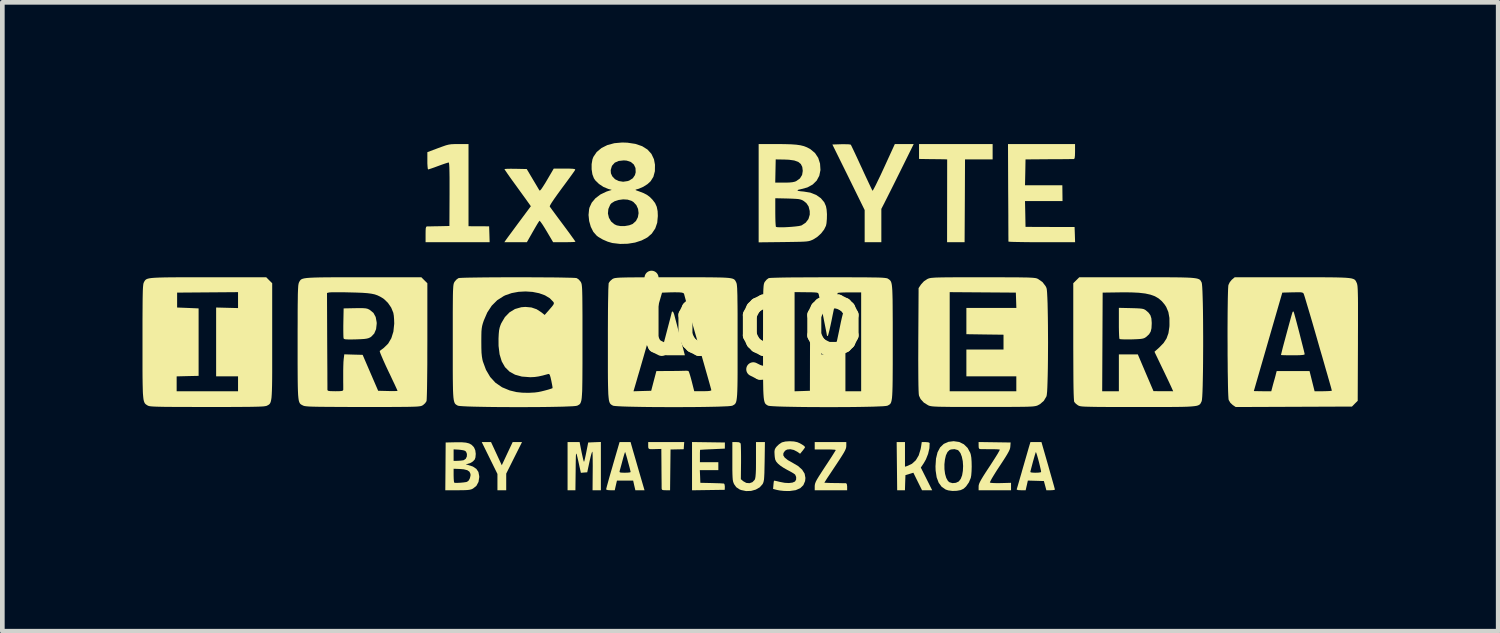
<source format=kicad_pcb>
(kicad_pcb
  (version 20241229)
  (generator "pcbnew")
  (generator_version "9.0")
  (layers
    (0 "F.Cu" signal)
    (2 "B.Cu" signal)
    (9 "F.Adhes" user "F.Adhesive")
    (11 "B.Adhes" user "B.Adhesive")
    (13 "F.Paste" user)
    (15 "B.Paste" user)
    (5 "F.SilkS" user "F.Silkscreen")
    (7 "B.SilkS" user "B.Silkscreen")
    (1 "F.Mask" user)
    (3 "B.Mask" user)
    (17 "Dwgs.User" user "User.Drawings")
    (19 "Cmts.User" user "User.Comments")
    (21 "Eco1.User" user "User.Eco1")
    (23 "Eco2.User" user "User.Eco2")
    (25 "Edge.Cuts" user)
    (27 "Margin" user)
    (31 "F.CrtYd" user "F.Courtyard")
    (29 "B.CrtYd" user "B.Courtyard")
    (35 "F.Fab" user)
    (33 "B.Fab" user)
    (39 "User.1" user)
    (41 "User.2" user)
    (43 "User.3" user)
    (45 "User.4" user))
  (footprint "logo"
    (layer "F.Cu")
    (at 13 3.729)
    (property "Reference" "logo" (at 0 0 0) (layer "F.SilkS") (effects (font (size 1.524 1.524) (thickness 0.3))))
    (attr board_only exclude_from_pos_files exclude_from_bom)
    (fp_poly (pts (xy -5.425 2.931) (xy -5.31 3.179) (xy -5.194 2.931) (xy -5.077 2.683) (xy -4.877 2.683) (xy -5.046 3.02) (xy -5.215 3.358) (xy -5.215 3.714) (xy -5.403 3.714) (xy -5.403 3.365) (xy -5.571 3.024) (xy -5.739 2.683) (xy -5.54 2.683)) (stroke (width 0) (type solid)) (fill yes) (layer "F.SilkS"))
    (fp_poly (pts (xy 5.196 -3.531) (xy 5.196 -3.367) (xy 4.605 -3.367) (xy 4.601 -2.481) (xy 4.596 -1.595) (xy 4.221 -1.595) (xy 4.222 -2.481) (xy 4.223 -3.367) (xy 4.18 -3.369) (xy 4.146 -3.37) (xy 4.082 -3.371) (xy 3.998 -3.372) (xy 3.901 -3.373) (xy 3.878 -3.373) (xy 3.621 -3.377) (xy 3.621 -3.696) (xy 5.196 -3.696)) (stroke (width 0) (type solid)) (fill yes) (layer "F.SilkS"))
    (fp_poly (pts (xy -1.411 2.759) (xy -1.416 2.836) (xy -1.698 2.842) (xy -1.703 3.278) (xy -1.708 3.714) (xy -1.798 3.714) (xy -1.852 3.712) (xy -1.879 3.704) (xy -1.888 3.683) (xy -1.888 3.672) (xy -1.889 3.641) (xy -1.889 3.579) (xy -1.89 3.492) (xy -1.891 3.386) (xy -1.892 3.267) (xy -1.892 3.23) (xy -1.895 2.83) (xy -2.012 2.833) (xy -2.091 2.835) (xy -2.139 2.834) (xy -2.164 2.824) (xy -2.174 2.804) (xy -2.176 2.77) (xy -2.176 2.758) (xy -2.176 2.683) (xy -1.405 2.683)) (stroke (width 0) (type solid)) (fill yes) (layer "F.SilkS"))
    (fp_poly (pts (xy -1.639 -0.096) (xy -1.622 -0.055) (xy -1.616 -0.033) (xy -1.605 0.009) (xy -1.586 0.081) (xy -1.561 0.175) (xy -1.533 0.285) (xy -1.501 0.405) (xy -1.493 0.436) (xy -1.391 0.825) (xy -1.654 0.825) (xy -1.762 0.825) (xy -1.837 0.822) (xy -1.883 0.818) (xy -1.905 0.811) (xy -1.908 0.801) (xy -1.901 0.777) (xy -1.886 0.724) (xy -1.866 0.647) (xy -1.84 0.552) (xy -1.812 0.447) (xy -1.783 0.336) (xy -1.754 0.225) (xy -1.727 0.122) (xy -1.703 0.031) (xy -1.685 -0.041) (xy -1.673 -0.088) (xy -1.67 -0.104) (xy -1.655 -0.112) (xy -1.653 -0.113)) (stroke (width 0) (type solid)) (fill yes) (layer "F.SilkS"))
    (fp_poly (pts (xy -8.276 -0.183) (xy -8.225 -0.179) (xy -8.187 -0.171) (xy -8.155 -0.157) (xy -8.134 -0.145) (xy -8.057 -0.082) (xy -8.009 0.006) (xy -7.988 0.119) (xy -7.987 0.148) (xy -8 0.265) (xy -8.04 0.36) (xy -8.106 0.429) (xy -8.125 0.441) (xy -8.158 0.457) (xy -8.198 0.468) (xy -8.254 0.476) (xy -8.332 0.481) (xy -8.437 0.485) (xy -8.541 0.487) (xy -8.613 0.486) (xy -8.659 0.483) (xy -8.684 0.476) (xy -8.695 0.465) (xy -8.696 0.464) (xy -8.699 0.436) (xy -8.701 0.379) (xy -8.702 0.297) (xy -8.702 0.199) (xy -8.701 0.129) (xy -8.695 -0.178) (xy -8.451 -0.183) (xy -8.349 -0.184)) (stroke (width 0) (type solid)) (fill yes) (layer "F.SilkS"))
    (fp_poly (pts (xy -0.886 2.687) (xy -0.535 2.692) (xy -0.535 2.758) (xy -0.536 2.823) (xy -0.798 2.835) (xy -0.893 2.839) (xy -0.973 2.843) (xy -1.032 2.847) (xy -1.062 2.849) (xy -1.065 2.849) (xy -1.067 2.867) (xy -1.069 2.914) (xy -1.069 2.978) (xy -1.069 2.983) (xy -1.069 3.114) (xy -0.675 3.114) (xy -0.675 3.283) (xy -1.071 3.283) (xy -1.065 3.419) (xy -1.06 3.555) (xy -0.816 3.56) (xy -0.723 3.563) (xy -0.644 3.565) (xy -0.585 3.569) (xy -0.555 3.571) (xy -0.553 3.572) (xy -0.541 3.593) (xy -0.536 3.636) (xy -0.536 3.642) (xy -0.538 3.705) (xy -0.888 3.71) (xy -1.238 3.715) (xy -1.238 2.682)) (stroke (width 0) (type solid)) (fill yes) (layer "F.SilkS"))
    (fp_poly (pts (xy 3.32 2.683) (xy 3.32 3.21) (xy 3.363 3.197) (xy 3.469 3.148) (xy 3.552 3.072) (xy 3.614 2.968) (xy 3.655 2.833) (xy 3.666 2.772) (xy 3.679 2.683) (xy 3.762 2.683) (xy 3.82 2.688) (xy 3.847 2.702) (xy 3.848 2.706) (xy 3.843 2.814) (xy 3.815 2.935) (xy 3.768 3.054) (xy 3.72 3.138) (xy 3.659 3.229) (xy 3.781 3.472) (xy 3.902 3.714) (xy 3.685 3.714) (xy 3.592 3.527) (xy 3.555 3.452) (xy 3.525 3.391) (xy 3.506 3.352) (xy 3.499 3.339) (xy 3.483 3.344) (xy 3.441 3.357) (xy 3.414 3.365) (xy 3.33 3.39) (xy 3.324 3.552) (xy 3.319 3.714) (xy 3.153 3.714) (xy 3.142 2.683)) (stroke (width 0) (type solid)) (fill yes) (layer "F.SilkS"))
    (fp_poly (pts (xy 8.159 -0.184) (xy 8.266 -0.181) (xy 8.342 -0.177) (xy 8.395 -0.171) (xy 8.432 -0.162) (xy 8.459 -0.148) (xy 8.472 -0.14) (xy 8.534 -0.086) (xy 8.573 -0.031) (xy 8.594 0.036) (xy 8.601 0.126) (xy 8.601 0.15) (xy 8.596 0.247) (xy 8.579 0.318) (xy 8.545 0.375) (xy 8.488 0.428) (xy 8.472 0.44) (xy 8.446 0.456) (xy 8.414 0.467) (xy 8.368 0.475) (xy 8.301 0.48) (xy 8.206 0.484) (xy 8.173 0.485) (xy 8.08 0.486) (xy 8.001 0.485) (xy 7.943 0.482) (xy 7.913 0.478) (xy 7.912 0.477) (xy 7.907 0.454) (xy 7.903 0.401) (xy 7.9 0.322) (xy 7.898 0.225) (xy 7.898 0.136) (xy 7.898 -0.19)) (stroke (width 0) (type solid)) (fill yes) (layer "F.SilkS"))
    (fp_poly (pts (xy 11.637 -0.111) (xy 11.644 -0.091) (xy 11.659 -0.04) (xy 11.679 0.034) (xy 11.704 0.127) (xy 11.732 0.233) (xy 11.761 0.344) (xy 11.789 0.455) (xy 11.816 0.561) (xy 11.84 0.655) (xy 11.859 0.73) (xy 11.871 0.782) (xy 11.875 0.803) (xy 11.863 0.813) (xy 11.826 0.819) (xy 11.76 0.824) (xy 11.661 0.825) (xy 11.621 0.825) (xy 11.529 0.825) (xy 11.451 0.824) (xy 11.396 0.822) (xy 11.369 0.82) (xy 11.368 0.819) (xy 11.373 0.796) (xy 11.386 0.743) (xy 11.405 0.666) (xy 11.43 0.572) (xy 11.459 0.465) (xy 11.489 0.353) (xy 11.519 0.242) (xy 11.548 0.136) (xy 11.574 0.042) (xy 11.595 -0.033) (xy 11.611 -0.085) (xy 11.618 -0.106) (xy 11.618 -0.106) (xy 11.636 -0.112)) (stroke (width 0) (type solid)) (fill yes) (layer "F.SilkS"))
    (fp_poly (pts (xy 3.226 -3.128) (xy 3.156 -2.987) (xy 3.088 -2.85) (xy 3.025 -2.724) (xy 2.969 -2.613) (xy 2.924 -2.523) (xy 2.891 -2.458) (xy 2.879 -2.434) (xy 2.814 -2.308) (xy 2.814 -1.595) (xy 2.457 -1.595) (xy 2.457 -2.283) (xy 2.112 -2.985) (xy 1.766 -3.686) (xy 1.956 -3.692) (xy 2.037 -3.692) (xy 2.103 -3.691) (xy 2.147 -3.686) (xy 2.159 -3.682) (xy 2.171 -3.662) (xy 2.195 -3.612) (xy 2.231 -3.537) (xy 2.276 -3.441) (xy 2.328 -3.329) (xy 2.385 -3.205) (xy 2.393 -3.189) (xy 2.45 -3.064) (xy 2.503 -2.951) (xy 2.549 -2.853) (xy 2.586 -2.775) (xy 2.612 -2.721) (xy 2.624 -2.697) (xy 2.625 -2.696) (xy 2.636 -2.709) (xy 2.66 -2.752) (xy 2.696 -2.821) (xy 2.74 -2.912) (xy 2.793 -3.021) (xy 2.85 -3.144) (xy 2.871 -3.189) (xy 3.103 -3.696) (xy 3.507 -3.696)) (stroke (width 0) (type solid)) (fill yes) (layer "F.SilkS"))
    (fp_poly (pts (xy -3.189 3.714) (xy -3.278 3.714) (xy -3.367 3.714) (xy -3.364 3.316) (xy -3.363 3.196) (xy -3.364 3.088) (xy -3.365 2.997) (xy -3.367 2.931) (xy -3.37 2.893) (xy -3.371 2.889) (xy -3.378 2.895) (xy -3.391 2.933) (xy -3.408 2.995) (xy -3.427 3.077) (xy -3.431 3.095) (xy -3.481 3.33) (xy -3.549 3.335) (xy -3.617 3.341) (xy -3.645 3.214) (xy -3.671 3.095) (xy -3.691 3.008) (xy -3.705 2.952) (xy -3.715 2.928) (xy -3.721 2.939) (xy -3.724 2.983) (xy -3.726 3.062) (xy -3.728 3.178) (xy -3.729 3.288) (xy -3.734 3.714) (xy -3.902 3.714) (xy -3.902 2.683) (xy -3.644 2.683) (xy -3.602 2.899) (xy -3.584 2.982) (xy -3.569 3.049) (xy -3.557 3.092) (xy -3.55 3.106) (xy -3.542 3.085) (xy -3.53 3.034) (xy -3.514 2.963) (xy -3.5 2.894) (xy -3.46 2.692) (xy -3.324 2.686) (xy -3.189 2.681)) (stroke (width 0) (type solid)) (fill yes) (layer "F.SilkS"))
    (fp_poly (pts (xy 6.242 -3.696) (xy 6.96 -3.696) (xy 6.96 -3.536) (xy 6.958 -3.451) (xy 6.952 -3.399) (xy 6.941 -3.377) (xy 6.936 -3.375) (xy 6.912 -3.375) (xy 6.855 -3.374) (xy 6.771 -3.373) (xy 6.665 -3.372) (xy 6.542 -3.371) (xy 6.407 -3.371) (xy 6.406 -3.371) (xy 5.9 -3.367) (xy 5.895 -3.091) (xy 5.889 -2.814) (xy 6.688 -2.814) (xy 6.692 -2.476) (xy 5.889 -2.476) (xy 5.895 -2.2) (xy 5.9 -1.923) (xy 6.425 -1.921) (xy 6.95 -1.92) (xy 6.956 -1.757) (xy 6.961 -1.595) (xy 6.248 -1.595) (xy 6.088 -1.595) (xy 5.941 -1.596) (xy 5.811 -1.598) (xy 5.701 -1.6) (xy 5.615 -1.602) (xy 5.558 -1.605) (xy 5.535 -1.608) (xy 5.534 -1.609) (xy 5.534 -1.629) (xy 5.534 -1.684) (xy 5.533 -1.77) (xy 5.533 -1.883) (xy 5.532 -2.019) (xy 5.532 -2.176) (xy 5.531 -2.35) (xy 5.53 -2.537) (xy 5.529 -2.659) (xy 5.525 -3.696)) (stroke (width 0) (type solid)) (fill yes) (layer "F.SilkS"))
    (fp_poly (pts (xy -6.022 -1.937) (xy -5.801 -1.936) (xy -5.581 -1.935) (xy -5.575 -1.765) (xy -5.57 -1.595) (xy -6.941 -1.595) (xy -6.941 -1.763) (xy -6.94 -1.844) (xy -6.937 -1.895) (xy -6.929 -1.921) (xy -6.917 -1.932) (xy -6.908 -1.933) (xy -6.877 -1.933) (xy -6.817 -1.934) (xy -6.738 -1.936) (xy -6.653 -1.937) (xy -6.431 -1.942) (xy -6.428 -2.622) (xy -6.428 -2.816) (xy -6.428 -2.975) (xy -6.43 -3.1) (xy -6.432 -3.194) (xy -6.436 -3.257) (xy -6.441 -3.292) (xy -6.446 -3.302) (xy -6.471 -3.295) (xy -6.523 -3.279) (xy -6.595 -3.254) (xy -6.669 -3.227) (xy -6.75 -3.197) (xy -6.819 -3.173) (xy -6.868 -3.157) (xy -6.887 -3.152) (xy -6.894 -3.169) (xy -6.899 -3.216) (xy -6.903 -3.284) (xy -6.903 -3.337) (xy -6.903 -3.522) (xy -6.672 -3.609) (xy -6.576 -3.644) (xy -6.504 -3.669) (xy -6.445 -3.684) (xy -6.388 -3.692) (xy -6.321 -3.695) (xy -6.234 -3.696) (xy -6.022 -3.696)) (stroke (width 0) (type solid)) (fill yes) (layer "F.SilkS"))
    (fp_poly (pts (xy 5.581 2.692) (xy 5.575 2.776) (xy 5.571 2.808) (xy 5.56 2.844) (xy 5.539 2.889) (xy 5.507 2.946) (xy 5.461 3.021) (xy 5.397 3.12) (xy 5.346 3.197) (xy 5.279 3.299) (xy 5.223 3.389) (xy 5.178 3.464) (xy 5.149 3.518) (xy 5.137 3.547) (xy 5.138 3.55) (xy 5.162 3.556) (xy 5.215 3.56) (xy 5.29 3.562) (xy 5.372 3.561) (xy 5.59 3.555) (xy 5.59 3.714) (xy 4.896 3.714) (xy 4.896 3.637) (xy 4.898 3.608) (xy 4.907 3.576) (xy 4.924 3.537) (xy 4.952 3.485) (xy 4.994 3.415) (xy 5.052 3.324) (xy 5.129 3.207) (xy 5.13 3.206) (xy 5.196 3.104) (xy 5.254 3.013) (xy 5.301 2.938) (xy 5.333 2.881) (xy 5.349 2.85) (xy 5.35 2.844) (xy 5.326 2.84) (xy 5.274 2.837) (xy 5.202 2.835) (xy 5.154 2.835) (xy 5.071 2.835) (xy 4.999 2.834) (xy 4.948 2.834) (xy 4.934 2.833) (xy 4.909 2.827) (xy 4.898 2.801) (xy 4.896 2.757) (xy 4.896 2.682)) (stroke (width 0) (type solid)) (fill yes) (layer "F.SilkS"))
    (fp_poly (pts (xy -0.234 2.687) (xy -0.204 2.704) (xy -0.198 2.715) (xy -0.194 2.743) (xy -0.192 2.802) (xy -0.19 2.886) (xy -0.189 2.989) (xy -0.189 3.103) (xy -0.189 3.112) (xy -0.193 3.477) (xy -0.142 3.521) (xy -0.077 3.557) (xy -0.008 3.563) (xy 0.055 3.541) (xy 0.102 3.492) (xy 0.104 3.488) (xy 0.114 3.46) (xy 0.121 3.417) (xy 0.126 3.354) (xy 0.13 3.267) (xy 0.131 3.15) (xy 0.131 3.059) (xy 0.131 2.683) (xy 0.322 2.683) (xy 0.316 3.1) (xy 0.313 3.238) (xy 0.311 3.343) (xy 0.307 3.422) (xy 0.303 3.479) (xy 0.296 3.52) (xy 0.287 3.551) (xy 0.276 3.576) (xy 0.272 3.583) (xy 0.212 3.651) (xy 0.127 3.7) (xy 0.027 3.728) (xy -0.08 3.732) (xy -0.185 3.71) (xy -0.219 3.697) (xy -0.291 3.649) (xy -0.337 3.585) (xy -0.349 3.558) (xy -0.359 3.528) (xy -0.366 3.491) (xy -0.37 3.44) (xy -0.373 3.37) (xy -0.375 3.277) (xy -0.375 3.153) (xy -0.375 3.096) (xy -0.375 2.683) (xy -0.293 2.683)) (stroke (width 0) (type solid)) (fill yes) (layer "F.SilkS"))
    (fp_poly (pts (xy 2.064 2.762) (xy 2.062 2.792) (xy 2.054 2.823) (xy 2.038 2.861) (xy 2.012 2.91) (xy 1.972 2.975) (xy 1.917 3.061) (xy 1.843 3.173) (xy 1.829 3.194) (xy 1.762 3.295) (xy 1.702 3.385) (xy 1.652 3.46) (xy 1.617 3.516) (xy 1.597 3.546) (xy 1.595 3.551) (xy 1.612 3.554) (xy 1.66 3.556) (xy 1.73 3.559) (xy 1.815 3.56) (xy 1.904 3.561) (xy 1.98 3.563) (xy 2.034 3.563) (xy 2.059 3.564) (xy 2.075 3.582) (xy 2.082 3.631) (xy 2.082 3.639) (xy 2.082 3.714) (xy 1.388 3.714) (xy 1.388 3.63) (xy 1.39 3.6) (xy 1.397 3.569) (xy 1.411 3.532) (xy 1.436 3.484) (xy 1.474 3.421) (xy 1.527 3.338) (xy 1.598 3.229) (xy 1.613 3.206) (xy 1.679 3.106) (xy 1.738 3.016) (xy 1.785 2.942) (xy 1.819 2.887) (xy 1.837 2.857) (xy 1.838 2.853) (xy 1.821 2.847) (xy 1.773 2.844) (xy 1.702 2.841) (xy 1.616 2.841) (xy 1.613 2.841) (xy 1.388 2.842) (xy 1.388 2.762) (xy 1.388 2.683) (xy 2.064 2.683)) (stroke (width 0) (type solid)) (fill yes) (layer "F.SilkS"))
    (fp_poly (pts (xy -2.534 2.753) (xy -2.523 2.79) (xy -2.504 2.858) (xy -2.477 2.95) (xy -2.445 3.06) (xy -2.41 3.182) (xy -2.385 3.269) (xy -2.255 3.714) (xy -2.451 3.714) (xy -2.475 3.611) (xy -2.498 3.508) (xy -2.845 3.508) (xy -2.869 3.611) (xy -2.892 3.714) (xy -2.984 3.714) (xy -3.04 3.711) (xy -3.072 3.7) (xy -3.077 3.694) (xy -3.071 3.671) (xy -3.057 3.617) (xy -3.035 3.537) (xy -3.007 3.435) (xy -2.975 3.324) (xy -2.789 3.324) (xy -2.774 3.334) (xy -2.735 3.338) (xy -2.674 3.339) (xy -2.612 3.337) (xy -2.568 3.332) (xy -2.552 3.325) (xy -2.557 3.301) (xy -2.569 3.25) (xy -2.587 3.182) (xy -2.608 3.106) (xy -2.628 3.031) (xy -2.647 2.965) (xy -2.662 2.917) (xy -2.669 2.896) (xy -2.669 2.896) (xy -2.677 2.91) (xy -2.691 2.953) (xy -2.71 3.018) (xy -2.727 3.081) (xy -2.749 3.164) (xy -2.769 3.236) (xy -2.783 3.287) (xy -2.788 3.306) (xy -2.789 3.324) (xy -2.975 3.324) (xy -2.973 3.317) (xy -2.935 3.187) (xy -2.933 3.178) (xy -2.789 2.683) (xy -2.553 2.683)) (stroke (width 0) (type solid)) (fill yes) (layer "F.SilkS"))
    (fp_poly (pts (xy 4.48 2.681) (xy 4.58 2.73) (xy 4.66 2.808) (xy 4.717 2.913) (xy 4.729 2.953) (xy 4.74 3.017) (xy 4.746 3.107) (xy 4.748 3.208) (xy 4.745 3.309) (xy 4.738 3.396) (xy 4.728 3.45) (xy 4.688 3.546) (xy 4.626 3.634) (xy 4.574 3.682) (xy 4.512 3.711) (xy 4.428 3.726) (xy 4.335 3.729) (xy 4.246 3.717) (xy 4.191 3.699) (xy 4.105 3.64) (xy 4.041 3.553) (xy 3.998 3.438) (xy 3.976 3.293) (xy 3.973 3.201) (xy 3.976 3.16) (xy 4.164 3.16) (xy 4.165 3.264) (xy 4.178 3.364) (xy 4.203 3.45) (xy 4.239 3.515) (xy 4.271 3.543) (xy 4.337 3.562) (xy 4.41 3.555) (xy 4.471 3.526) (xy 4.513 3.472) (xy 4.543 3.394) (xy 4.559 3.299) (xy 4.564 3.195) (xy 4.557 3.092) (xy 4.537 2.996) (xy 4.507 2.918) (xy 4.465 2.864) (xy 4.449 2.853) (xy 4.38 2.834) (xy 4.306 2.841) (xy 4.274 2.853) (xy 4.23 2.896) (xy 4.196 2.967) (xy 4.175 3.058) (xy 4.164 3.16) (xy 3.976 3.16) (xy 3.984 3.036) (xy 4.017 2.901) (xy 4.073 2.796) (xy 4.15 2.722) (xy 4.249 2.678) (xy 4.362 2.664)) (stroke (width 0) (type solid)) (fill yes) (layer "F.SilkS"))
    (fp_poly (pts (xy 6.385 3.184) (xy 6.422 3.316) (xy 6.456 3.435) (xy 6.485 3.538) (xy 6.508 3.619) (xy 6.523 3.675) (xy 6.529 3.7) (xy 6.529 3.7) (xy 6.512 3.708) (xy 6.468 3.713) (xy 6.437 3.714) (xy 6.346 3.714) (xy 6.32 3.616) (xy 6.293 3.517) (xy 6.122 3.512) (xy 5.95 3.507) (xy 5.903 3.714) (xy 5.804 3.714) (xy 5.743 3.711) (xy 5.714 3.702) (xy 5.712 3.691) (xy 5.72 3.666) (xy 5.736 3.612) (xy 5.759 3.532) (xy 5.787 3.435) (xy 5.819 3.325) (xy 6.003 3.325) (xy 6.02 3.333) (xy 6.064 3.338) (xy 6.114 3.339) (xy 6.175 3.337) (xy 6.218 3.331) (xy 6.233 3.325) (xy 6.232 3.303) (xy 6.222 3.256) (xy 6.207 3.191) (xy 6.189 3.117) (xy 6.169 3.042) (xy 6.15 2.975) (xy 6.134 2.924) (xy 6.123 2.898) (xy 6.121 2.896) (xy 6.114 2.916) (xy 6.099 2.963) (xy 6.08 3.029) (xy 6.059 3.104) (xy 6.039 3.18) (xy 6.021 3.248) (xy 6.008 3.299) (xy 6.003 3.325) (xy 6.003 3.325) (xy 5.819 3.325) (xy 5.819 3.324) (xy 5.825 3.302) (xy 5.86 3.181) (xy 5.894 3.063) (xy 5.925 2.956) (xy 5.95 2.869) (xy 5.967 2.81) (xy 5.967 2.809) (xy 6.005 2.683) (xy 6.241 2.683)) (stroke (width 0) (type solid)) (fill yes) (layer "F.SilkS"))
    (fp_poly (pts (xy 0.944 2.67) (xy 1.015 2.685) (xy 1.069 2.708) (xy 1.121 2.738) (xy 1.162 2.767) (xy 1.181 2.79) (xy 1.181 2.792) (xy 1.17 2.813) (xy 1.142 2.851) (xy 1.128 2.869) (xy 1.075 2.933) (xy 1.014 2.89) (xy 0.941 2.852) (xy 0.865 2.836) (xy 0.797 2.843) (xy 0.753 2.868) (xy 0.718 2.918) (xy 0.715 2.967) (xy 0.747 3.017) (xy 0.814 3.07) (xy 0.905 3.121) (xy 1.031 3.195) (xy 1.119 3.274) (xy 1.172 3.359) (xy 1.189 3.451) (xy 1.182 3.518) (xy 1.145 3.605) (xy 1.078 3.67) (xy 0.982 3.712) (xy 0.856 3.73) (xy 0.807 3.731) (xy 0.723 3.728) (xy 0.641 3.719) (xy 0.582 3.708) (xy 0.497 3.686) (xy 0.504 3.602) (xy 0.509 3.55) (xy 0.515 3.516) (xy 0.517 3.51) (xy 0.537 3.511) (xy 0.583 3.521) (xy 0.645 3.536) (xy 0.645 3.536) (xy 0.744 3.555) (xy 0.836 3.56) (xy 0.914 3.55) (xy 0.966 3.527) (xy 0.99 3.486) (xy 0.991 3.432) (xy 0.972 3.384) (xy 0.961 3.372) (xy 0.929 3.35) (xy 0.874 3.318) (xy 0.807 3.282) (xy 0.797 3.277) (xy 0.723 3.235) (xy 0.653 3.188) (xy 0.602 3.145) (xy 0.601 3.144) (xy 0.564 3.101) (xy 0.543 3.059) (xy 0.533 3.005) (xy 0.529 2.958) (xy 0.526 2.89) (xy 0.532 2.846) (xy 0.549 2.81) (xy 0.574 2.778) (xy 0.623 2.731) (xy 0.677 2.695) (xy 0.688 2.689) (xy 0.76 2.671) (xy 0.851 2.665)) (stroke (width 0) (type solid)) (fill yes) (layer "F.SilkS"))
    (fp_poly (pts (xy -6.168 2.687) (xy -6.077 2.695) (xy -6.009 2.712) (xy -5.957 2.741) (xy -5.915 2.783) (xy -5.903 2.799) (xy -5.877 2.859) (xy -5.867 2.936) (xy -5.874 3.013) (xy -5.889 3.056) (xy -5.928 3.098) (xy -5.988 3.134) (xy -6.053 3.153) (xy -6.063 3.153) (xy -6.079 3.157) (xy -6.058 3.166) (xy -6.035 3.172) (xy -5.928 3.207) (xy -5.854 3.257) (xy -5.81 3.323) (xy -5.793 3.411) (xy -5.792 3.432) (xy -5.808 3.536) (xy -5.853 3.619) (xy -5.927 3.679) (xy -5.928 3.679) (xy -5.96 3.694) (xy -6 3.704) (xy -6.054 3.71) (xy -6.129 3.713) (xy -6.233 3.714) (xy -6.256 3.714) (xy -6.519 3.714) (xy -6.515 3.254) (xy -6.341 3.254) (xy -6.341 3.397) (xy -6.339 3.467) (xy -6.335 3.521) (xy -6.329 3.55) (xy -6.328 3.551) (xy -6.305 3.556) (xy -6.256 3.556) (xy -6.193 3.553) (xy -6.129 3.547) (xy -6.074 3.539) (xy -6.053 3.533) (xy -6.018 3.506) (xy -5.992 3.456) (xy -5.979 3.398) (xy -5.98 3.365) (xy -6.002 3.317) (xy -6.048 3.285) (xy -6.123 3.266) (xy -6.206 3.259) (xy -6.341 3.254) (xy -6.515 3.254) (xy -6.514 3.086) (xy -6.341 3.086) (xy -6.25 3.084) (xy -6.188 3.08) (xy -6.136 3.073) (xy -6.122 3.069) (xy -6.081 3.04) (xy -6.058 2.991) (xy -6.056 2.937) (xy -6.074 2.89) (xy -6.097 2.87) (xy -6.135 2.858) (xy -6.195 2.849) (xy -6.236 2.845) (xy -6.341 2.839) (xy -6.341 2.963) (xy -6.341 3.086) (xy -6.514 3.086) (xy -6.511 2.692) (xy -6.29 2.687)) (stroke (width 0) (type solid)) (fill yes) (layer "F.SilkS"))
    (fp_poly (pts (xy -3.864 -3.17) (xy -3.797 -3.167) (xy -3.757 -3.162) (xy -3.74 -3.154) (xy -3.739 -3.145) (xy -3.752 -3.123) (xy -3.785 -3.076) (xy -3.834 -3.008) (xy -3.896 -2.923) (xy -3.968 -2.825) (xy -4.023 -2.751) (xy -4.115 -2.625) (xy -4.188 -2.522) (xy -4.242 -2.442) (xy -4.274 -2.388) (xy -4.284 -2.361) (xy -4.284 -2.359) (xy -4.269 -2.338) (xy -4.235 -2.291) (xy -4.185 -2.223) (xy -4.123 -2.139) (xy -4.051 -2.042) (xy -4.001 -1.975) (xy -3.926 -1.874) (xy -3.859 -1.783) (xy -3.804 -1.706) (xy -3.762 -1.648) (xy -3.738 -1.613) (xy -3.733 -1.605) (xy -3.751 -1.601) (xy -3.799 -1.598) (xy -3.87 -1.596) (xy -3.958 -1.595) (xy -3.972 -1.595) (xy -4.211 -1.595) (xy -4.349 -1.829) (xy -4.399 -1.911) (xy -4.443 -1.98) (xy -4.478 -2.029) (xy -4.499 -2.053) (xy -4.503 -2.054) (xy -4.517 -2.035) (xy -4.546 -1.99) (xy -4.585 -1.924) (xy -4.631 -1.844) (xy -4.645 -1.82) (xy -4.773 -1.595) (xy -5.255 -1.595) (xy -5.213 -1.656) (xy -5.189 -1.689) (xy -5.147 -1.746) (xy -5.09 -1.823) (xy -5.023 -1.914) (xy -4.95 -2.013) (xy -4.929 -2.041) (xy -4.688 -2.365) (xy -4.73 -2.425) (xy -4.754 -2.458) (xy -4.795 -2.516) (xy -4.851 -2.593) (xy -4.917 -2.684) (xy -4.989 -2.784) (xy -5.012 -2.816) (xy -5.083 -2.913) (xy -5.145 -3) (xy -5.196 -3.073) (xy -5.232 -3.126) (xy -5.251 -3.155) (xy -5.253 -3.159) (xy -5.235 -3.163) (xy -5.187 -3.166) (xy -5.116 -3.167) (xy -5.028 -3.166) (xy -5.014 -3.166) (xy -4.776 -3.161) (xy -4.648 -2.945) (xy -4.599 -2.863) (xy -4.556 -2.791) (xy -4.524 -2.736) (xy -4.506 -2.706) (xy -4.504 -2.703) (xy -4.491 -2.702) (xy -4.467 -2.727) (xy -4.431 -2.78) (xy -4.379 -2.862) (xy -4.343 -2.923) (xy -4.198 -3.17) (xy -3.964 -3.17)) (stroke (width 0) (type solid)) (fill yes) (layer "F.SilkS"))
    (fp_poly (pts (xy 0.753 -3.694) (xy 0.887 -3.69) (xy 0.996 -3.682) (xy 1.084 -3.669) (xy 1.157 -3.651) (xy 1.221 -3.626) (xy 1.282 -3.594) (xy 1.294 -3.587) (xy 1.393 -3.505) (xy 1.463 -3.4) (xy 1.502 -3.277) (xy 1.511 -3.14) (xy 1.486 -3.018) (xy 1.43 -2.913) (xy 1.344 -2.829) (xy 1.23 -2.767) (xy 1.093 -2.73) (xy 1.036 -2.717) (xy 1.017 -2.705) (xy 1.033 -2.694) (xy 1.084 -2.685) (xy 1.152 -2.679) (xy 1.294 -2.656) (xy 1.418 -2.607) (xy 1.519 -2.537) (xy 1.593 -2.448) (xy 1.629 -2.365) (xy 1.643 -2.29) (xy 1.65 -2.194) (xy 1.648 -2.092) (xy 1.64 -2) (xy 1.629 -1.947) (xy 1.589 -1.866) (xy 1.525 -1.783) (xy 1.444 -1.709) (xy 1.357 -1.654) (xy 1.347 -1.649) (xy 1.316 -1.636) (xy 1.287 -1.625) (xy 1.253 -1.617) (xy 1.21 -1.611) (xy 1.154 -1.607) (xy 1.079 -1.604) (xy 0.98 -1.602) (xy 0.853 -1.6) (xy 0.718 -1.598) (xy 0.188 -1.592) (xy 0.188 -2.536) (xy 0.544 -2.536) (xy 0.544 -2.237) (xy 0.545 -2.135) (xy 0.547 -2.046) (xy 0.551 -1.976) (xy 0.555 -1.934) (xy 0.558 -1.924) (xy 0.584 -1.917) (xy 0.639 -1.914) (xy 0.714 -1.914) (xy 0.801 -1.918) (xy 0.892 -1.924) (xy 0.977 -1.932) (xy 1.048 -1.941) (xy 1.098 -1.952) (xy 1.107 -1.955) (xy 1.194 -2.012) (xy 1.254 -2.091) (xy 1.282 -2.186) (xy 1.281 -2.263) (xy 1.257 -2.36) (xy 1.209 -2.432) (xy 1.149 -2.479) (xy 1.118 -2.497) (xy 1.084 -2.509) (xy 1.042 -2.518) (xy 0.982 -2.523) (xy 0.898 -2.527) (xy 0.811 -2.53) (xy 0.544 -2.536) (xy 0.188 -2.536) (xy 0.188 -2.87) (xy 0.543 -2.87) (xy 0.736 -2.87) (xy 0.838 -2.872) (xy 0.911 -2.879) (xy 0.964 -2.891) (xy 0.993 -2.903) (xy 1.072 -2.96) (xy 1.118 -3.035) (xy 1.132 -3.121) (xy 1.122 -3.205) (xy 1.091 -3.268) (xy 1.035 -3.314) (xy 0.951 -3.344) (xy 0.837 -3.36) (xy 0.742 -3.364) (xy 0.553 -3.367) (xy 0.548 -3.119) (xy 0.543 -2.87) (xy 0.188 -2.87) (xy 0.188 -3.696) (xy 0.587 -3.696)) (stroke (width 0) (type solid)) (fill yes) (layer "F.SilkS"))
    (fp_poly (pts (xy -11.592 -0.844) (xy -10.351 -0.844) (xy -10.288 -0.78) (xy -10.224 -0.717) (xy -10.224 0.524) (xy -10.224 0.779) (xy -10.224 0.998) (xy -10.224 1.186) (xy -10.225 1.343) (xy -10.227 1.475) (xy -10.23 1.582) (xy -10.234 1.667) (xy -10.239 1.734) (xy -10.247 1.785) (xy -10.256 1.823) (xy -10.267 1.849) (xy -10.28 1.868) (xy -10.296 1.882) (xy -10.315 1.893) (xy -10.336 1.904) (xy -10.351 1.91) (xy -10.374 1.914) (xy -10.408 1.919) (xy -10.455 1.922) (xy -10.519 1.925) (xy -10.601 1.927) (xy -10.705 1.929) (xy -10.833 1.93) (xy -10.988 1.931) (xy -11.173 1.932) (xy -11.39 1.932) (xy -11.616 1.932) (xy -11.862 1.932) (xy -12.073 1.931) (xy -12.252 1.931) (xy -12.402 1.93) (xy -12.526 1.929) (xy -12.626 1.927) (xy -12.705 1.925) (xy -12.766 1.922) (xy -12.811 1.919) (xy -12.844 1.915) (xy -12.867 1.91) (xy -12.883 1.904) (xy -12.892 1.899) (xy -12.913 1.886) (xy -12.931 1.873) (xy -12.947 1.857) (xy -12.959 1.836) (xy -12.97 1.806) (xy -12.979 1.766) (xy -12.985 1.712) (xy -12.991 1.641) (xy -12.993 1.595) (xy -12.269 1.595) (xy -10.955 1.595) (xy -10.955 1.276) (xy -11.424 1.276) (xy -11.424 0.539) (xy -11.424 -0.197) (xy -11.19 -0.191) (xy -10.955 -0.185) (xy -10.955 -0.526) (xy -11.607 -0.521) (xy -12.259 -0.516) (xy -12.259 -0.197) (xy -12.029 -0.188) (xy -11.799 -0.178) (xy -11.799 0.544) (xy -11.799 1.266) (xy -12.034 1.271) (xy -12.269 1.277) (xy -12.269 1.595) (xy -12.993 1.595) (xy -12.994 1.551) (xy -12.997 1.44) (xy -12.999 1.303) (xy -13 1.14) (xy -13 0.946) (xy -13 0.719) (xy -13 0.536) (xy -13 0.288) (xy -13 0.076) (xy -12.999 -0.105) (xy -12.998 -0.256) (xy -12.997 -0.381) (xy -12.995 -0.481) (xy -12.993 -0.561) (xy -12.99 -0.621) (xy -12.986 -0.666) (xy -12.982 -0.699) (xy -12.977 -0.72) (xy -12.972 -0.732) (xy -12.961 -0.754) (xy -12.95 -0.772) (xy -12.936 -0.788) (xy -12.917 -0.802) (xy -12.89 -0.813) (xy -12.852 -0.822) (xy -12.801 -0.829) (xy -12.734 -0.834) (xy -12.648 -0.838) (xy -12.54 -0.841) (xy -12.409 -0.843) (xy -12.25 -0.844) (xy -12.062 -0.844) (xy -11.842 -0.844)) (stroke (width 0) (type solid)) (fill yes) (layer "F.SilkS"))
    (fp_poly (pts (xy 5.22 -0.844) (xy 5.418 -0.844) (xy 5.584 -0.843) (xy 5.722 -0.843) (xy 5.835 -0.841) (xy 5.925 -0.84) (xy 5.995 -0.837) (xy 6.049 -0.834) (xy 6.089 -0.83) (xy 6.119 -0.826) (xy 6.141 -0.82) (xy 6.158 -0.813) (xy 6.168 -0.808) (xy 6.263 -0.742) (xy 6.33 -0.654) (xy 6.349 -0.615) (xy 6.356 -0.579) (xy 6.362 -0.51) (xy 6.367 -0.412) (xy 6.372 -0.289) (xy 6.375 -0.146) (xy 6.378 0.015) (xy 6.38 0.187) (xy 6.381 0.368) (xy 6.382 0.553) (xy 6.381 0.738) (xy 6.38 0.918) (xy 6.378 1.089) (xy 6.375 1.248) (xy 6.371 1.39) (xy 6.367 1.511) (xy 6.362 1.606) (xy 6.355 1.672) (xy 6.349 1.703) (xy 6.292 1.8) (xy 6.21 1.871) (xy 6.162 1.897) (xy 6.145 1.904) (xy 6.124 1.91) (xy 6.097 1.915) (xy 6.06 1.92) (xy 6.012 1.923) (xy 5.948 1.926) (xy 5.865 1.928) (xy 5.762 1.929) (xy 5.634 1.93) (xy 5.478 1.931) (xy 5.292 1.931) (xy 5.073 1.931) (xy 4.99 1.931) (xy 4.758 1.931) (xy 4.561 1.931) (xy 4.396 1.931) (xy 4.259 1.93) (xy 4.147 1.928) (xy 4.058 1.927) (xy 3.988 1.924) (xy 3.934 1.921) (xy 3.894 1.917) (xy 3.864 1.912) (xy 3.841 1.906) (xy 3.823 1.899) (xy 3.818 1.897) (xy 3.723 1.838) (xy 3.654 1.762) (xy 3.62 1.69) (xy 3.615 1.654) (xy 3.611 1.58) (xy 3.608 1.468) (xy 3.606 1.32) (xy 3.605 1.134) (xy 3.604 0.912) (xy 3.605 0.653) (xy 3.605 0.505) (xy 3.611 -0.526) (xy 4.277 -0.526) (xy 4.277 1.595) (xy 5.703 1.595) (xy 5.703 1.276) (xy 4.634 1.276) (xy 4.634 0.703) (xy 5.429 0.703) (xy 5.429 0.544) (xy 5.429 0.385) (xy 5.031 0.38) (xy 4.634 0.374) (xy 4.634 -0.188) (xy 5.704 -0.188) (xy 5.693 -0.516) (xy 4.985 -0.521) (xy 4.277 -0.526) (xy 3.611 -0.526) (xy 3.611 -0.612) (xy 3.662 -0.689) (xy 3.725 -0.758) (xy 3.794 -0.804) (xy 3.812 -0.813) (xy 3.831 -0.82) (xy 3.853 -0.826) (xy 3.883 -0.831) (xy 3.922 -0.834) (xy 3.975 -0.838) (xy 4.043 -0.84) (xy 4.131 -0.842) (xy 4.24 -0.843) (xy 4.375 -0.844) (xy 4.537 -0.844) (xy 4.731 -0.844) (xy 4.959 -0.844) (xy 4.987 -0.844)) (stroke (width 0) (type solid)) (fill yes) (layer "F.SilkS"))
    (fp_poly (pts (xy -2.621 -3.725) (xy -2.449 -3.699) (xy -2.305 -3.65) (xy -2.191 -3.578) (xy -2.107 -3.485) (xy -2.053 -3.371) (xy -2.031 -3.254) (xy -2.033 -3.114) (xy -2.065 -2.995) (xy -2.124 -2.9) (xy -2.191 -2.838) (xy -2.281 -2.781) (xy -2.378 -2.739) (xy -2.411 -2.73) (xy -2.442 -2.721) (xy -2.448 -2.713) (xy -2.426 -2.702) (xy -2.372 -2.683) (xy -2.372 -2.683) (xy -2.275 -2.646) (xy -2.202 -2.608) (xy -2.141 -2.562) (xy -2.087 -2.508) (xy -2.029 -2.433) (xy -1.993 -2.353) (xy -1.974 -2.258) (xy -1.97 -2.156) (xy -1.983 -2.012) (xy -2.025 -1.889) (xy -2.098 -1.781) (xy -2.101 -1.777) (xy -2.195 -1.696) (xy -2.316 -1.633) (xy -2.458 -1.587) (xy -2.614 -1.562) (xy -2.777 -1.558) (xy -2.94 -1.577) (xy -2.942 -1.577) (xy -3.042 -1.606) (xy -3.148 -1.652) (xy -3.242 -1.707) (xy -3.279 -1.735) (xy -3.351 -1.817) (xy -3.405 -1.925) (xy -3.44 -2.048) (xy -3.453 -2.177) (xy -3.45 -2.21) (xy -3.038 -2.21) (xy -3.017 -2.119) (xy -2.97 -2.038) (xy -2.898 -1.978) (xy -2.848 -1.955) (xy -2.768 -1.94) (xy -2.674 -1.941) (xy -2.582 -1.957) (xy -2.509 -1.985) (xy -2.507 -1.987) (xy -2.438 -2.049) (xy -2.397 -2.129) (xy -2.382 -2.217) (xy -2.393 -2.307) (xy -2.43 -2.389) (xy -2.492 -2.455) (xy -2.533 -2.48) (xy -2.617 -2.506) (xy -2.712 -2.512) (xy -2.808 -2.499) (xy -2.896 -2.471) (xy -2.964 -2.428) (xy -2.989 -2.398) (xy -3.029 -2.306) (xy -3.038 -2.21) (xy -3.45 -2.21) (xy -3.441 -2.302) (xy -3.433 -2.336) (xy -3.385 -2.441) (xy -3.305 -2.536) (xy -3.198 -2.617) (xy -3.07 -2.678) (xy -3.031 -2.691) (xy -2.955 -2.714) (xy -3.033 -2.736) (xy -3.134 -2.778) (xy -3.23 -2.842) (xy -3.308 -2.918) (xy -3.339 -2.964) (xy -3.371 -3.049) (xy -3.384 -3.137) (xy -2.979 -3.137) (xy -2.974 -3.069) (xy -2.945 -3.005) (xy -2.886 -2.943) (xy -2.806 -2.904) (xy -2.713 -2.889) (xy -2.617 -2.903) (xy -2.583 -2.914) (xy -2.506 -2.963) (xy -2.46 -3.031) (xy -2.444 -3.091) (xy -2.448 -3.183) (xy -2.483 -3.257) (xy -2.546 -3.311) (xy -2.635 -3.341) (xy -2.698 -3.346) (xy -2.808 -3.334) (xy -2.891 -3.298) (xy -2.946 -3.237) (xy -2.956 -3.217) (xy -2.979 -3.137) (xy -3.384 -3.137) (xy -3.387 -3.155) (xy -3.387 -3.265) (xy -3.37 -3.366) (xy -3.35 -3.42) (xy -3.278 -3.526) (xy -3.176 -3.611) (xy -3.05 -3.674) (xy -2.901 -3.714) (xy -2.734 -3.729)) (stroke (width 0) (type solid)) (fill yes) (layer "F.SilkS"))
    (fp_poly (pts (xy 8.765 -0.844) (xy 8.952 -0.844) (xy 9.11 -0.843) (xy 9.241 -0.841) (xy 9.348 -0.838) (xy 9.434 -0.834) (xy 9.501 -0.828) (xy 9.551 -0.821) (xy 9.589 -0.812) (xy 9.616 -0.801) (xy 9.635 -0.788) (xy 9.648 -0.772) (xy 9.659 -0.753) (xy 9.67 -0.732) (xy 9.676 -0.701) (xy 9.682 -0.636) (xy 9.687 -0.542) (xy 9.691 -0.422) (xy 9.695 -0.28) (xy 9.698 -0.12) (xy 9.7 0.054) (xy 9.701 0.238) (xy 9.702 0.428) (xy 9.702 0.62) (xy 9.701 0.811) (xy 9.7 0.996) (xy 9.698 1.172) (xy 9.695 1.334) (xy 9.692 1.479) (xy 9.688 1.602) (xy 9.683 1.701) (xy 9.677 1.77) (xy 9.671 1.806) (xy 9.67 1.808) (xy 9.659 1.832) (xy 9.648 1.853) (xy 9.636 1.871) (xy 9.618 1.885) (xy 9.593 1.898) (xy 9.557 1.908) (xy 9.508 1.915) (xy 9.444 1.921) (xy 9.361 1.926) (xy 9.258 1.929) (xy 9.13 1.931) (xy 8.976 1.932) (xy 8.792 1.932) (xy 8.577 1.932) (xy 8.327 1.932) (xy 8.307 1.932) (xy 8.063 1.932) (xy 7.853 1.932) (xy 7.674 1.932) (xy 7.525 1.931) (xy 7.402 1.93) (xy 7.303 1.928) (xy 7.224 1.926) (xy 7.163 1.924) (xy 7.117 1.921) (xy 7.084 1.917) (xy 7.059 1.912) (xy 7.042 1.906) (xy 7.028 1.899) (xy 7.022 1.896) (xy 6.976 1.861) (xy 6.944 1.825) (xy 6.942 1.822) (xy 6.938 1.796) (xy 6.934 1.736) (xy 6.93 1.641) (xy 6.929 1.595) (xy 7.541 1.595) (xy 7.898 1.595) (xy 7.898 0.807) (xy 8.304 0.807) (xy 8.471 1.2) (xy 8.639 1.593) (xy 8.849 1.594) (xy 9.06 1.595) (xy 9.016 1.496) (xy 8.993 1.447) (xy 8.958 1.372) (xy 8.913 1.278) (xy 8.863 1.173) (xy 8.815 1.074) (xy 8.66 0.75) (xy 8.765 0.656) (xy 8.856 0.562) (xy 8.919 0.464) (xy 8.959 0.352) (xy 8.979 0.217) (xy 8.981 0.18) (xy 8.98 0.027) (xy 8.957 -0.101) (xy 8.911 -0.21) (xy 8.876 -0.263) (xy 8.816 -0.334) (xy 8.748 -0.392) (xy 8.669 -0.438) (xy 8.575 -0.472) (xy 8.462 -0.497) (xy 8.325 -0.513) (xy 8.16 -0.521) (xy 7.963 -0.522) (xy 7.898 -0.521) (xy 7.551 -0.516) (xy 7.546 0.539) (xy 7.541 1.595) (xy 6.929 1.595) (xy 6.927 1.511) (xy 6.925 1.345) (xy 6.924 1.144) (xy 6.923 0.906) (xy 6.922 0.631) (xy 6.922 0.534) (xy 6.922 -0.717) (xy 7.05 -0.844) (xy 8.291 -0.844) (xy 8.545 -0.844)) (stroke (width 0) (type solid)) (fill yes) (layer "F.SilkS"))
    (fp_poly (pts (xy 12.087 -0.844) (xy 12.274 -0.844) (xy 12.432 -0.843) (xy 12.563 -0.841) (xy 12.669 -0.838) (xy 12.754 -0.834) (xy 12.821 -0.828) (xy 12.871 -0.821) (xy 12.908 -0.811) (xy 12.935 -0.8) (xy 12.953 -0.785) (xy 12.967 -0.769) (xy 12.977 -0.749) (xy 12.988 -0.726) (xy 12.989 -0.724) (xy 12.995 -0.708) (xy 13 -0.687) (xy 13.005 -0.658) (xy 13.008 -0.618) (xy 13.011 -0.565) (xy 13.013 -0.495) (xy 13.015 -0.406) (xy 13.016 -0.295) (xy 13.016 -0.159) (xy 13.016 0.004) (xy 13.016 0.198) (xy 13.015 0.425) (xy 13.015 0.571) (xy 13.01 1.8) (xy 12.948 1.861) (xy 12.887 1.923) (xy 10.399 1.933) (xy 10.335 1.89) (xy 10.283 1.841) (xy 10.249 1.782) (xy 10.248 1.781) (xy 10.244 1.75) (xy 10.24 1.685) (xy 10.236 1.59) (xy 10.236 1.59) (xy 10.787 1.59) (xy 10.804 1.592) (xy 10.851 1.593) (xy 10.92 1.594) (xy 10.973 1.595) (xy 11.16 1.595) (xy 11.181 1.515) (xy 11.198 1.45) (xy 11.215 1.389) (xy 11.218 1.379) (xy 11.234 1.323) (xy 11.252 1.257) (xy 11.255 1.243) (xy 11.276 1.163) (xy 11.979 1.163) (xy 12.087 1.595) (xy 12.272 1.595) (xy 12.35 1.593) (xy 12.411 1.59) (xy 12.449 1.586) (xy 12.456 1.582) (xy 12.451 1.561) (xy 12.438 1.51) (xy 12.417 1.437) (xy 12.392 1.348) (xy 12.382 1.315) (xy 12.361 1.24) (xy 12.33 1.134) (xy 12.293 1.004) (xy 12.25 0.854) (xy 12.202 0.691) (xy 12.153 0.519) (xy 12.103 0.345) (xy 12.09 0.3) (xy 12.043 0.137) (xy 11.998 -0.016) (xy 11.957 -0.154) (xy 11.921 -0.274) (xy 11.892 -0.372) (xy 11.87 -0.444) (xy 11.856 -0.485) (xy 11.853 -0.494) (xy 11.841 -0.508) (xy 11.821 -0.518) (xy 11.785 -0.523) (xy 11.728 -0.524) (xy 11.641 -0.522) (xy 11.615 -0.522) (xy 11.396 -0.516) (xy 11.092 0.535) (xy 11.037 0.726) (xy 10.985 0.906) (xy 10.937 1.071) (xy 10.894 1.22) (xy 10.857 1.348) (xy 10.827 1.452) (xy 10.805 1.529) (xy 10.791 1.576) (xy 10.787 1.59) (xy 10.236 1.59) (xy 10.233 1.47) (xy 10.231 1.328) (xy 10.228 1.169) (xy 10.227 0.996) (xy 10.225 0.813) (xy 10.225 0.625) (xy 10.224 0.436) (xy 10.224 0.249) (xy 10.225 0.068) (xy 10.226 -0.103) (xy 10.228 -0.258) (xy 10.23 -0.396) (xy 10.233 -0.511) (xy 10.236 -0.6) (xy 10.24 -0.658) (xy 10.243 -0.679) (xy 10.271 -0.738) (xy 10.314 -0.791) (xy 10.32 -0.796) (xy 10.377 -0.844) (xy 11.614 -0.844) (xy 11.868 -0.844)) (stroke (width 0) (type solid)) (fill yes) (layer "F.SilkS"))
    (fp_poly (pts (xy -1.173 -0.844) (xy -0.988 -0.844) (xy -0.833 -0.843) (xy -0.705 -0.841) (xy -0.601 -0.839) (xy -0.517 -0.835) (xy -0.453 -0.83) (xy -0.404 -0.823) (xy -0.368 -0.814) (xy -0.343 -0.803) (xy -0.326 -0.79) (xy -0.313 -0.774) (xy -0.303 -0.756) (xy -0.292 -0.734) (xy -0.291 -0.731) (xy -0.285 -0.716) (xy -0.28 -0.692) (xy -0.276 -0.657) (xy -0.272 -0.608) (xy -0.27 -0.542) (xy -0.267 -0.457) (xy -0.266 -0.35) (xy -0.264 -0.219) (xy -0.263 -0.059) (xy -0.263 0.13) (xy -0.263 0.352) (xy -0.263 0.544) (xy -0.263 0.796) (xy -0.263 1.014) (xy -0.263 1.199) (xy -0.264 1.355) (xy -0.266 1.485) (xy -0.269 1.59) (xy -0.273 1.674) (xy -0.279 1.739) (xy -0.286 1.789) (xy -0.295 1.826) (xy -0.307 1.852) (xy -0.32 1.87) (xy -0.337 1.883) (xy -0.356 1.894) (xy -0.375 1.904) (xy -0.405 1.91) (xy -0.47 1.916) (xy -0.564 1.92) (xy -0.684 1.925) (xy -0.825 1.928) (xy -0.985 1.931) (xy -1.159 1.933) (xy -1.343 1.934) (xy -1.533 1.935) (xy -1.726 1.935) (xy -1.917 1.934) (xy -2.103 1.933) (xy -2.28 1.931) (xy -2.443 1.928) (xy -2.589 1.925) (xy -2.715 1.921) (xy -2.815 1.916) (xy -2.887 1.911) (xy -2.927 1.905) (xy -2.931 1.903) (xy -2.952 1.891) (xy -2.97 1.88) (xy -2.985 1.866) (xy -2.998 1.846) (xy -3.009 1.818) (xy -3.018 1.779) (xy -3.024 1.726) (xy -3.03 1.657) (xy -3.032 1.596) (xy -2.491 1.596) (xy -2.302 1.59) (xy -2.112 1.585) (xy -2.057 1.374) (xy -2.001 1.163) (xy -1.718 1.162) (xy -1.615 1.161) (xy -1.521 1.16) (xy -1.444 1.158) (xy -1.394 1.157) (xy -1.383 1.156) (xy -1.338 1.157) (xy -1.314 1.163) (xy -1.303 1.184) (xy -1.286 1.234) (xy -1.265 1.306) (xy -1.244 1.384) (xy -1.191 1.594) (xy -1.008 1.594) (xy -0.915 1.593) (xy -0.855 1.587) (xy -0.828 1.578) (xy -0.825 1.572) (xy -0.83 1.551) (xy -0.845 1.496) (xy -0.868 1.413) (xy -0.899 1.303) (xy -0.937 1.17) (xy -0.98 1.018) (xy -1.028 0.85) (xy -1.08 0.669) (xy -1.116 0.543) (xy -1.17 0.356) (xy -1.221 0.179) (xy -1.268 0.016) (xy -1.309 -0.13) (xy -1.344 -0.255) (xy -1.373 -0.356) (xy -1.393 -0.43) (xy -1.405 -0.474) (xy -1.407 -0.485) (xy -1.418 -0.503) (xy -1.453 -0.516) (xy -1.517 -0.522) (xy -1.611 -0.523) (xy -1.687 -0.522) (xy -1.88 -0.515) (xy -2.132 0.357) (xy -2.184 0.538) (xy -2.235 0.715) (xy -2.283 0.882) (xy -2.327 1.034) (xy -2.366 1.169) (xy -2.399 1.28) (xy -2.423 1.364) (xy -2.437 1.412) (xy -2.491 1.596) (xy -3.032 1.596) (xy -3.033 1.569) (xy -3.036 1.459) (xy -3.038 1.325) (xy -3.039 1.163) (xy -3.039 0.972) (xy -3.039 0.747) (xy -3.039 0.546) (xy -3.039 0.296) (xy -3.038 0.069) (xy -3.037 -0.134) (xy -3.035 -0.31) (xy -3.032 -0.457) (xy -3.03 -0.574) (xy -3.026 -0.658) (xy -3.023 -0.708) (xy -3.021 -0.721) (xy -2.992 -0.763) (xy -2.947 -0.802) (xy -2.941 -0.807) (xy -2.928 -0.814) (xy -2.913 -0.82) (xy -2.893 -0.826) (xy -2.865 -0.83) (xy -2.827 -0.834) (xy -2.776 -0.837) (xy -2.708 -0.839) (xy -2.622 -0.841) (xy -2.514 -0.842) (xy -2.382 -0.843) (xy -2.223 -0.844) (xy -2.033 -0.844) (xy -1.811 -0.844) (xy -1.641 -0.844) (xy -1.39 -0.844)) (stroke (width 0) (type solid)) (fill yes) (layer "F.SilkS"))
    (fp_poly (pts (xy -8.272 -0.844) (xy -7.031 -0.844) (xy -6.967 -0.78) (xy -6.903 -0.717) (xy -6.903 0.522) (xy -6.904 0.775) (xy -6.904 1.004) (xy -6.906 1.209) (xy -6.908 1.387) (xy -6.91 1.536) (xy -6.913 1.655) (xy -6.916 1.742) (xy -6.919 1.794) (xy -6.922 1.809) (xy -6.95 1.851) (xy -6.995 1.891) (xy -7.001 1.895) (xy -7.015 1.902) (xy -7.03 1.909) (xy -7.05 1.914) (xy -7.078 1.918) (xy -7.116 1.922) (xy -7.168 1.925) (xy -7.236 1.927) (xy -7.322 1.929) (xy -7.431 1.93) (xy -7.564 1.931) (xy -7.725 1.932) (xy -7.916 1.932) (xy -8.139 1.932) (xy -8.282 1.932) (xy -8.531 1.932) (xy -8.744 1.931) (xy -8.926 1.93) (xy -9.078 1.929) (xy -9.203 1.928) (xy -9.305 1.926) (xy -9.385 1.924) (xy -9.447 1.921) (xy -9.492 1.917) (xy -9.525 1.913) (xy -9.547 1.908) (xy -9.559 1.903) (xy -9.582 1.892) (xy -9.602 1.881) (xy -9.62 1.868) (xy -9.634 1.85) (xy -9.646 1.824) (xy -9.656 1.788) (xy -9.663 1.739) (xy -9.669 1.674) (xy -9.673 1.591) (xy -9.676 1.486) (xy -9.678 1.358) (xy -9.679 1.202) (xy -9.68 1.018) (xy -9.68 0.801) (xy -9.68 0.55) (xy -9.68 0.545) (xy -9.68 0.296) (xy -9.679 0.083) (xy -9.679 -0.099) (xy -9.678 -0.251) (xy -9.676 -0.376) (xy -9.675 -0.477) (xy -9.674 -0.508) (xy -9.051 -0.508) (xy -9.047 0.51) (xy -9.046 0.703) (xy -9.045 0.885) (xy -9.044 1.053) (xy -9.043 1.203) (xy -9.043 1.332) (xy -9.042 1.435) (xy -9.042 1.51) (xy -9.042 1.553) (xy -9.042 1.562) (xy -9.038 1.577) (xy -9.021 1.587) (xy -8.984 1.592) (xy -8.919 1.594) (xy -8.873 1.595) (xy -8.792 1.594) (xy -8.742 1.59) (xy -8.715 1.583) (xy -8.705 1.571) (xy -8.703 1.562) (xy -8.703 1.532) (xy -8.703 1.472) (xy -8.704 1.39) (xy -8.704 1.295) (xy -8.704 1.263) (xy -8.704 1.157) (xy -8.702 1.056) (xy -8.699 0.97) (xy -8.694 0.909) (xy -8.693 0.901) (xy -8.681 0.805) (xy -8.484 0.811) (xy -8.288 0.816) (xy -8.122 1.201) (xy -7.956 1.585) (xy -7.749 1.59) (xy -7.666 1.592) (xy -7.598 1.591) (xy -7.554 1.589) (xy -7.541 1.586) (xy -7.549 1.567) (xy -7.571 1.519) (xy -7.604 1.447) (xy -7.648 1.355) (xy -7.698 1.248) (xy -7.74 1.161) (xy -7.794 1.046) (xy -7.841 0.942) (xy -7.879 0.854) (xy -7.907 0.787) (xy -7.921 0.745) (xy -7.922 0.733) (xy -7.899 0.715) (xy -7.857 0.684) (xy -7.836 0.668) (xy -7.743 0.577) (xy -7.674 0.46) (xy -7.63 0.319) (xy -7.613 0.158) (xy -7.612 0.141) (xy -7.615 0.058) (xy -7.621 -0.022) (xy -7.631 -0.081) (xy -7.632 -0.085) (xy -7.677 -0.195) (xy -7.747 -0.297) (xy -7.831 -0.378) (xy -7.855 -0.395) (xy -7.914 -0.43) (xy -7.97 -0.457) (xy -8.03 -0.478) (xy -8.101 -0.493) (xy -8.186 -0.504) (xy -8.294 -0.512) (xy -8.428 -0.517) (xy -8.548 -0.52) (xy -8.672 -0.523) (xy -8.785 -0.524) (xy -8.881 -0.524) (xy -8.955 -0.523) (xy -8.999 -0.52) (xy -9.008 -0.519) (xy -9.051 -0.508) (xy -9.674 -0.508) (xy -9.672 -0.558) (xy -9.669 -0.619) (xy -9.666 -0.665) (xy -9.661 -0.697) (xy -9.656 -0.719) (xy -9.651 -0.732) (xy -9.64 -0.754) (xy -9.629 -0.772) (xy -9.616 -0.788) (xy -9.597 -0.802) (xy -9.57 -0.813) (xy -9.532 -0.822) (xy -9.481 -0.829) (xy -9.413 -0.834) (xy -9.327 -0.838) (xy -9.22 -0.841) (xy -9.088 -0.843) (xy -8.93 -0.844) (xy -8.742 -0.844) (xy -8.522 -0.844)) (stroke (width 0) (type solid)) (fill yes) (layer "F.SilkS"))
    (fp_poly (pts (xy -4.717 -0.844) (xy -4.532 -0.843) (xy -4.357 -0.842) (xy -4.194 -0.841) (xy -4.048 -0.839) (xy -3.923 -0.836) (xy -3.823 -0.834) (xy -3.751 -0.831) (xy -3.711 -0.827) (xy -3.706 -0.826) (xy -3.664 -0.798) (xy -3.625 -0.753) (xy -3.621 -0.746) (xy -3.613 -0.733) (xy -3.607 -0.718) (xy -3.601 -0.697) (xy -3.597 -0.67) (xy -3.593 -0.631) (xy -3.59 -0.58) (xy -3.588 -0.512) (xy -3.586 -0.425) (xy -3.585 -0.317) (xy -3.584 -0.184) (xy -3.583 -0.024) (xy -3.583 0.167) (xy -3.583 0.39) (xy -3.583 0.54) (xy -3.583 0.793) (xy -3.583 1.011) (xy -3.584 1.197) (xy -3.585 1.353) (xy -3.587 1.483) (xy -3.589 1.588) (xy -3.594 1.673) (xy -3.599 1.738) (xy -3.606 1.788) (xy -3.616 1.825) (xy -3.627 1.851) (xy -3.64 1.87) (xy -3.657 1.883) (xy -3.676 1.894) (xy -3.695 1.904) (xy -3.726 1.91) (xy -3.79 1.916) (xy -3.884 1.92) (xy -4.004 1.925) (xy -4.146 1.928) (xy -4.305 1.931) (xy -4.479 1.933) (xy -4.663 1.934) (xy -4.854 1.935) (xy -5.046 1.935) (xy -5.237 1.934) (xy -5.423 1.933) (xy -5.6 1.931) (xy -5.763 1.928) (xy -5.91 1.925) (xy -6.035 1.921) (xy -6.136 1.916) (xy -6.208 1.911) (xy -6.247 1.905) (xy -6.251 1.903) (xy -6.272 1.892) (xy -6.29 1.88) (xy -6.306 1.866) (xy -6.319 1.846) (xy -6.329 1.818) (xy -6.338 1.78) (xy -6.345 1.727) (xy -6.35 1.658) (xy -6.354 1.571) (xy -6.356 1.461) (xy -6.358 1.327) (xy -6.359 1.166) (xy -6.359 0.975) (xy -6.359 0.751) (xy -6.359 0.54) (xy -6.359 0.535) (xy -5.748 0.535) (xy -5.747 0.666) (xy -5.744 0.768) (xy -5.736 0.848) (xy -5.725 0.914) (xy -5.715 0.956) (xy -5.648 1.137) (xy -5.558 1.29) (xy -5.444 1.414) (xy -5.304 1.51) (xy -5.14 1.578) (xy -4.994 1.613) (xy -4.873 1.626) (xy -4.737 1.629) (xy -4.605 1.622) (xy -4.529 1.612) (xy -4.465 1.599) (xy -4.393 1.581) (xy -4.322 1.562) (xy -4.264 1.544) (xy -4.228 1.531) (xy -4.224 1.528) (xy -4.224 1.508) (xy -4.232 1.461) (xy -4.245 1.395) (xy -4.25 1.369) (xy -4.267 1.295) (xy -4.281 1.25) (xy -4.294 1.229) (xy -4.311 1.225) (xy -4.322 1.228) (xy -4.436 1.259) (xy -4.527 1.279) (xy -4.606 1.29) (xy -4.685 1.294) (xy -4.711 1.294) (xy -4.881 1.281) (xy -5.026 1.241) (xy -5.146 1.174) (xy -5.241 1.079) (xy -5.311 0.956) (xy -5.357 0.805) (xy -5.379 0.625) (xy -5.38 0.469) (xy -5.375 0.368) (xy -5.368 0.294) (xy -5.356 0.235) (xy -5.338 0.181) (xy -5.32 0.138) (xy -5.243 0.008) (xy -5.144 -0.094) (xy -5.027 -0.165) (xy -4.893 -0.203) (xy -4.804 -0.21) (xy -4.675 -0.198) (xy -4.564 -0.16) (xy -4.461 -0.093) (xy -4.392 -0.038) (xy -4.286 -0.159) (xy -4.235 -0.218) (xy -4.206 -0.257) (xy -4.195 -0.283) (xy -4.198 -0.304) (xy -4.208 -0.319) (xy -4.283 -0.396) (xy -4.386 -0.458) (xy -4.511 -0.503) (xy -4.651 -0.531) (xy -4.8 -0.541) (xy -4.951 -0.533) (xy -5.098 -0.506) (xy -5.234 -0.459) (xy -5.267 -0.443) (xy -5.408 -0.353) (xy -5.525 -0.236) (xy -5.621 -0.09) (xy -5.696 0.084) (xy -5.716 0.144) (xy -5.73 0.196) (xy -5.739 0.249) (xy -5.745 0.311) (xy -5.747 0.391) (xy -5.748 0.497) (xy -5.748 0.535) (xy -6.359 0.535) (xy -6.359 0.296) (xy -6.359 0.086) (xy -6.359 -0.092) (xy -6.358 -0.241) (xy -6.357 -0.364) (xy -6.356 -0.463) (xy -6.354 -0.542) (xy -6.351 -0.602) (xy -6.348 -0.648) (xy -6.344 -0.682) (xy -6.339 -0.706) (xy -6.333 -0.724) (xy -6.326 -0.738) (xy -6.322 -0.746) (xy -6.284 -0.792) (xy -6.241 -0.824) (xy -6.236 -0.826) (xy -6.208 -0.83) (xy -6.146 -0.833) (xy -6.055 -0.836) (xy -5.937 -0.838) (xy -5.798 -0.84) (xy -5.64 -0.842) (xy -5.468 -0.843) (xy -5.286 -0.844) (xy -5.098 -0.844) (xy -4.907 -0.844)) (stroke (width 0) (type solid)) (fill yes) (layer "F.SilkS"))
    (fp_poly (pts (xy 1.928 -0.844) (xy 2.14 -0.844) (xy 2.319 -0.843) (xy 2.47 -0.843) (xy 2.594 -0.841) (xy 2.694 -0.84) (xy 2.774 -0.838) (xy 2.835 -0.835) (xy 2.88 -0.831) (xy 2.912 -0.827) (xy 2.935 -0.823) (xy 2.95 -0.817) (xy 2.956 -0.813) (xy 2.976 -0.8) (xy 2.993 -0.787) (xy 3.007 -0.772) (xy 3.02 -0.751) (xy 3.03 -0.722) (xy 3.038 -0.682) (xy 3.044 -0.629) (xy 3.049 -0.559) (xy 3.052 -0.47) (xy 3.055 -0.359) (xy 3.056 -0.224) (xy 3.057 -0.061) (xy 3.058 0.132) (xy 3.058 0.357) (xy 3.058 0.544) (xy 3.058 0.796) (xy 3.058 1.014) (xy 3.057 1.199) (xy 3.056 1.355) (xy 3.054 1.485) (xy 3.051 1.59) (xy 3.047 1.674) (xy 3.042 1.739) (xy 3.034 1.789) (xy 3.025 1.826) (xy 3.014 1.852) (xy 3 1.87) (xy 2.984 1.883) (xy 2.965 1.894) (xy 2.946 1.904) (xy 2.915 1.91) (xy 2.851 1.916) (xy 2.757 1.92) (xy 2.637 1.925) (xy 2.495 1.928) (xy 2.335 1.931) (xy 2.162 1.933) (xy 1.978 1.934) (xy 1.787 1.935) (xy 1.595 1.935) (xy 1.403 1.934) (xy 1.217 1.933) (xy 1.041 1.931) (xy 0.877 1.928) (xy 0.731 1.925) (xy 0.606 1.921) (xy 0.505 1.916) (xy 0.433 1.911) (xy 0.394 1.905) (xy 0.389 1.903) (xy 0.369 1.892) (xy 0.351 1.88) (xy 0.335 1.866) (xy 0.322 1.846) (xy 0.312 1.818) (xy 0.303 1.78) (xy 0.296 1.727) (xy 0.291 1.658) (xy 0.287 1.571) (xy 0.285 1.461) (xy 0.283 1.327) (xy 0.282 1.166) (xy 0.282 0.975) (xy 0.281 0.751) (xy 0.281 0.54) (xy 0.282 0.296) (xy 0.282 0.086) (xy 0.282 -0.092) (xy 0.283 -0.241) (xy 0.284 -0.364) (xy 0.285 -0.463) (xy 0.287 -0.527) (xy 0.957 -0.527) (xy 0.957 1.596) (xy 1.121 1.591) (xy 1.285 1.585) (xy 1.287 0.723) (xy 1.288 0.496) (xy 1.29 0.305) (xy 1.292 0.15) (xy 1.295 0.029) (xy 1.299 -0.06) (xy 1.303 -0.117) (xy 1.308 -0.144) (xy 1.31 -0.146) (xy 1.329 -0.136) (xy 1.34 -0.109) (xy 1.355 -0.044) (xy 1.375 0.048) (xy 1.398 0.157) (xy 1.422 0.275) (xy 1.447 0.393) (xy 1.469 0.503) (xy 1.488 0.595) (xy 1.501 0.661) (xy 1.503 0.671) (xy 1.528 0.807) (xy 1.663 0.807) (xy 1.735 0.805) (xy 1.778 0.8) (xy 1.8 0.788) (xy 1.808 0.774) (xy 1.817 0.737) (xy 1.832 0.666) (xy 1.854 0.564) (xy 1.882 0.433) (xy 1.915 0.276) (xy 1.948 0.114) (xy 1.969 0.021) (xy 1.989 -0.057) (xy 2.007 -0.114) (xy 2.02 -0.144) (xy 2.023 -0.146) (xy 2.028 -0.139) (xy 2.033 -0.112) (xy 2.036 -0.062) (xy 2.039 0.011) (xy 2.042 0.112) (xy 2.043 0.242) (xy 2.044 0.403) (xy 2.045 0.598) (xy 2.045 0.721) (xy 2.045 1.595) (xy 2.382 1.595) (xy 2.382 -0.521) (xy 2.141 -0.521) (xy 2.049 -0.52) (xy 1.97 -0.518) (xy 1.912 -0.514) (xy 1.883 -0.51) (xy 1.882 -0.509) (xy 1.873 -0.488) (xy 1.859 -0.435) (xy 1.84 -0.356) (xy 1.817 -0.255) (xy 1.793 -0.138) (xy 1.773 -0.042) (xy 1.748 0.083) (xy 1.724 0.195) (xy 1.703 0.289) (xy 1.685 0.359) (xy 1.673 0.402) (xy 1.667 0.413) (xy 1.651 0.408) (xy 1.651 0.407) (xy 1.647 0.387) (xy 1.638 0.337) (xy 1.623 0.262) (xy 1.605 0.17) (xy 1.584 0.065) (xy 1.562 -0.046) (xy 1.539 -0.156) (xy 1.519 -0.259) (xy 1.5 -0.35) (xy 1.486 -0.422) (xy 1.476 -0.468) (xy 1.473 -0.481) (xy 1.467 -0.497) (xy 1.455 -0.509) (xy 1.431 -0.516) (xy 1.387 -0.52) (xy 1.319 -0.523) (xy 1.22 -0.524) (xy 1.21 -0.524) (xy 0.957 -0.527) (xy 0.287 -0.527) (xy 0.287 -0.542) (xy 0.29 -0.602) (xy 0.293 -0.648) (xy 0.297 -0.682) (xy 0.302 -0.706) (xy 0.308 -0.724) (xy 0.314 -0.738) (xy 0.319 -0.746) (xy 0.357 -0.792) (xy 0.399 -0.824) (xy 0.405 -0.826) (xy 0.433 -0.83) (xy 0.498 -0.833) (xy 0.595 -0.836) (xy 0.725 -0.839) (xy 0.884 -0.841) (xy 1.072 -0.842) (xy 1.285 -0.843) (xy 1.522 -0.844) (xy 1.681 -0.844)) (stroke (width 0) (type solid)) (fill yes) (layer "F.SilkS")))
  (gr_rect
    (start -3 -3)
    (end 29.017 10.46)
    (stroke (width 0.1) (type default))
    (fill no)
    (layer "Edge.Cuts")))
</source>
